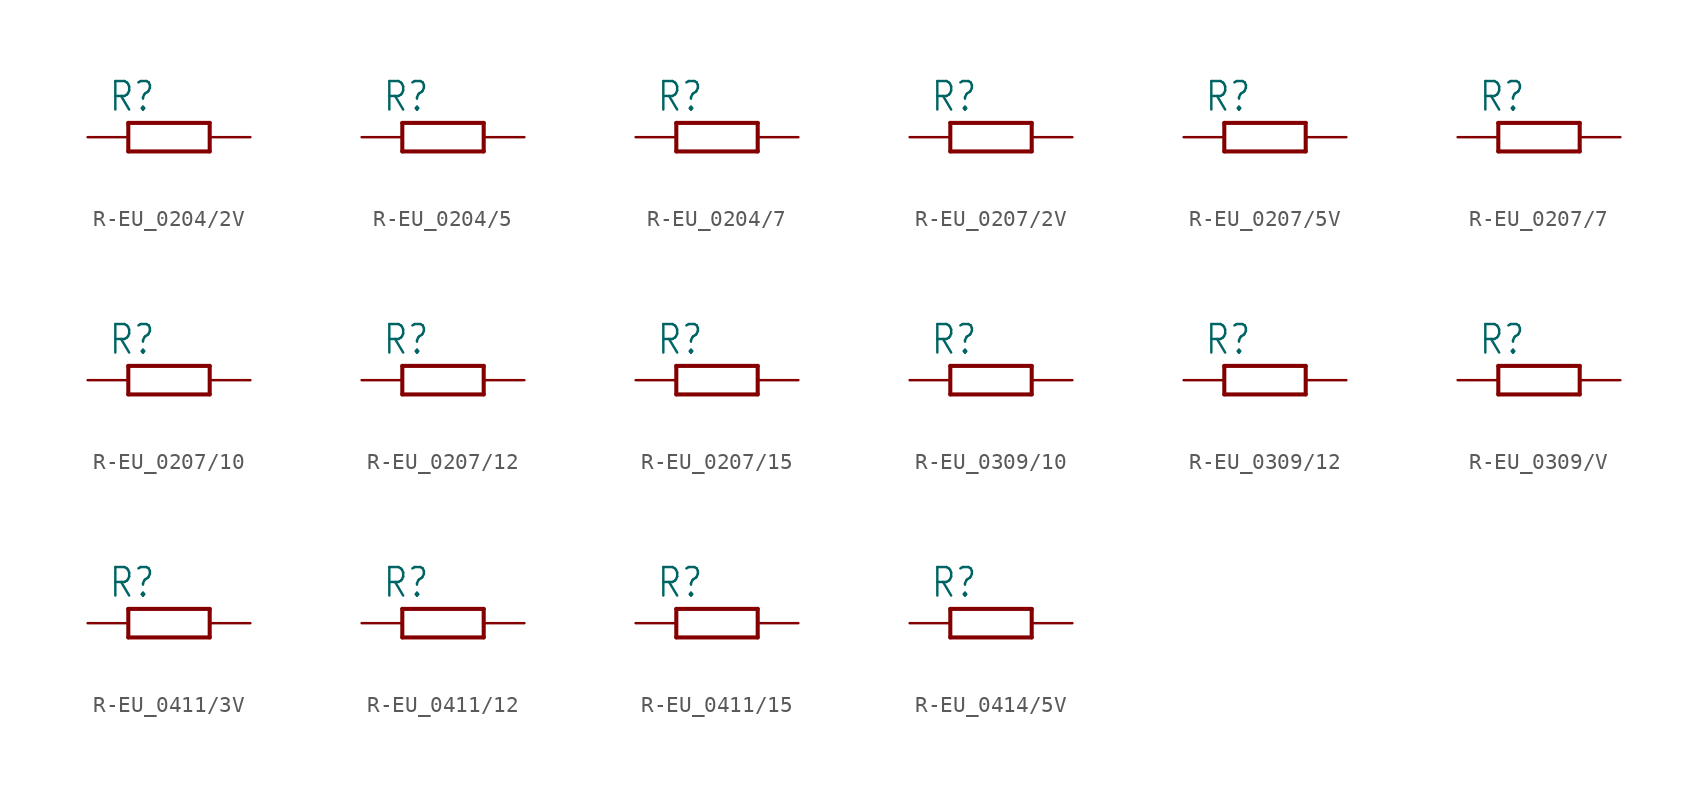
<source format=kicad_sym>
(kicad_symbol_lib
  (version 20231120)
  (generator "kicad_symbol_editor")
  (generator_version "8.0")
  (symbol "R-EU_0204/2V"
    (property "Reference" "R"
      (at -3.81 1.499 0)
      (effects (font (size 1.778 1.511)) (justify left bottom)))
    (property "Value" ""
      (at -3.81 -3.302 0)
      (effects (font (size 1.778 1.511)) (justify left bottom)))
    (property "ki_locked" ""
      (at 0 0 0)
      (effects (font (size 1.27 1.27))))
    (symbol "R-EU_0204/2V_1_0"
      (polyline (pts (xy -2.54 -0.889) (xy -2.54 0.889)) (stroke (width 0.254) (type solid)) (fill (type none)))
      (polyline (pts (xy -2.54 -0.889) (xy 2.54 -0.889)) (stroke (width 0.254) (type solid)) (fill (type none)))
      (polyline (pts (xy 2.54 -0.889) (xy 2.54 0.889)) (stroke (width 0.254) (type solid)) (fill (type none)))
      (polyline (pts (xy 2.54 0.889) (xy -2.54 0.889)) (stroke (width 0.254) (type solid)) (fill (type none)))
      (pin passive line (at -5.08 0 0) (length 2.54) (name "1" (effects (font (size 0 0)))) (number "1" (effects (font (size 0 0)))))
      (pin passive line (at 5.08 0 180) (length 2.54) (name "2" (effects (font (size 0 0)))) (number "2" (effects (font (size 0 0)))))))
  (symbol "R-EU_0204/5"
    (property "Reference" "R"
      (at -3.81 1.499 0)
      (effects (font (size 1.778 1.511)) (justify left bottom)))
    (property "Value" ""
      (at -3.81 -3.302 0)
      (effects (font (size 1.778 1.511)) (justify left bottom)))
    (property "ki_locked" ""
      (at 0 0 0)
      (effects (font (size 1.27 1.27))))
    (symbol "R-EU_0204/5_1_0"
      (polyline (pts (xy -2.54 -0.889) (xy -2.54 0.889)) (stroke (width 0.254) (type solid)) (fill (type none)))
      (polyline (pts (xy -2.54 -0.889) (xy 2.54 -0.889)) (stroke (width 0.254) (type solid)) (fill (type none)))
      (polyline (pts (xy 2.54 -0.889) (xy 2.54 0.889)) (stroke (width 0.254) (type solid)) (fill (type none)))
      (polyline (pts (xy 2.54 0.889) (xy -2.54 0.889)) (stroke (width 0.254) (type solid)) (fill (type none)))
      (pin passive line (at -5.08 0 0) (length 2.54) (name "1" (effects (font (size 0 0)))) (number "1" (effects (font (size 0 0)))))
      (pin passive line (at 5.08 0 180) (length 2.54) (name "2" (effects (font (size 0 0)))) (number "2" (effects (font (size 0 0)))))))
  (symbol "R-EU_0204/7"
    (property "Reference" "R"
      (at -3.81 1.499 0)
      (effects (font (size 1.778 1.511)) (justify left bottom)))
    (property "Value" ""
      (at -3.81 -3.302 0)
      (effects (font (size 1.778 1.511)) (justify left bottom)))
    (property "ki_locked" ""
      (at 0 0 0)
      (effects (font (size 1.27 1.27))))
    (symbol "R-EU_0204/7_1_0"
      (polyline (pts (xy -2.54 -0.889) (xy -2.54 0.889)) (stroke (width 0.254) (type solid)) (fill (type none)))
      (polyline (pts (xy -2.54 -0.889) (xy 2.54 -0.889)) (stroke (width 0.254) (type solid)) (fill (type none)))
      (polyline (pts (xy 2.54 -0.889) (xy 2.54 0.889)) (stroke (width 0.254) (type solid)) (fill (type none)))
      (polyline (pts (xy 2.54 0.889) (xy -2.54 0.889)) (stroke (width 0.254) (type solid)) (fill (type none)))
      (pin passive line (at -5.08 0 0) (length 2.54) (name "1" (effects (font (size 0 0)))) (number "1" (effects (font (size 0 0)))))
      (pin passive line (at 5.08 0 180) (length 2.54) (name "2" (effects (font (size 0 0)))) (number "2" (effects (font (size 0 0)))))))
  (symbol "R-EU_0207/2V"
    (property "Reference" "R"
      (at -3.81 1.499 0)
      (effects (font (size 1.778 1.511)) (justify left bottom)))
    (property "Value" ""
      (at -3.81 -3.302 0)
      (effects (font (size 1.778 1.511)) (justify left bottom)))
    (property "ki_locked" ""
      (at 0 0 0)
      (effects (font (size 1.27 1.27))))
    (symbol "R-EU_0207/2V_1_0"
      (polyline (pts (xy -2.54 -0.889) (xy -2.54 0.889)) (stroke (width 0.254) (type solid)) (fill (type none)))
      (polyline (pts (xy -2.54 -0.889) (xy 2.54 -0.889)) (stroke (width 0.254) (type solid)) (fill (type none)))
      (polyline (pts (xy 2.54 -0.889) (xy 2.54 0.889)) (stroke (width 0.254) (type solid)) (fill (type none)))
      (polyline (pts (xy 2.54 0.889) (xy -2.54 0.889)) (stroke (width 0.254) (type solid)) (fill (type none)))
      (pin passive line (at -5.08 0 0) (length 2.54) (name "1" (effects (font (size 0 0)))) (number "1" (effects (font (size 0 0)))))
      (pin passive line (at 5.08 0 180) (length 2.54) (name "2" (effects (font (size 0 0)))) (number "2" (effects (font (size 0 0)))))))
  (symbol "R-EU_0207/5V"
    (property "Reference" "R"
      (at -3.81 1.499 0)
      (effects (font (size 1.778 1.511)) (justify left bottom)))
    (property "Value" ""
      (at -3.81 -3.302 0)
      (effects (font (size 1.778 1.511)) (justify left bottom)))
    (property "ki_locked" ""
      (at 0 0 0)
      (effects (font (size 1.27 1.27))))
    (symbol "R-EU_0207/5V_1_0"
      (polyline (pts (xy -2.54 -0.889) (xy -2.54 0.889)) (stroke (width 0.254) (type solid)) (fill (type none)))
      (polyline (pts (xy -2.54 -0.889) (xy 2.54 -0.889)) (stroke (width 0.254) (type solid)) (fill (type none)))
      (polyline (pts (xy 2.54 -0.889) (xy 2.54 0.889)) (stroke (width 0.254) (type solid)) (fill (type none)))
      (polyline (pts (xy 2.54 0.889) (xy -2.54 0.889)) (stroke (width 0.254) (type solid)) (fill (type none)))
      (pin passive line (at -5.08 0 0) (length 2.54) (name "1" (effects (font (size 0 0)))) (number "1" (effects (font (size 0 0)))))
      (pin passive line (at 5.08 0 180) (length 2.54) (name "2" (effects (font (size 0 0)))) (number "2" (effects (font (size 0 0)))))))
  (symbol "R-EU_0207/7"
    (property "Reference" "R"
      (at -3.81 1.499 0)
      (effects (font (size 1.778 1.511)) (justify left bottom)))
    (property "Value" ""
      (at -3.81 -3.302 0)
      (effects (font (size 1.778 1.511)) (justify left bottom)))
    (property "ki_locked" ""
      (at 0 0 0)
      (effects (font (size 1.27 1.27))))
    (symbol "R-EU_0207/7_1_0"
      (polyline (pts (xy -2.54 -0.889) (xy -2.54 0.889)) (stroke (width 0.254) (type solid)) (fill (type none)))
      (polyline (pts (xy -2.54 -0.889) (xy 2.54 -0.889)) (stroke (width 0.254) (type solid)) (fill (type none)))
      (polyline (pts (xy 2.54 -0.889) (xy 2.54 0.889)) (stroke (width 0.254) (type solid)) (fill (type none)))
      (polyline (pts (xy 2.54 0.889) (xy -2.54 0.889)) (stroke (width 0.254) (type solid)) (fill (type none)))
      (pin passive line (at -5.08 0 0) (length 2.54) (name "1" (effects (font (size 0 0)))) (number "1" (effects (font (size 0 0)))))
      (pin passive line (at 5.08 0 180) (length 2.54) (name "2" (effects (font (size 0 0)))) (number "2" (effects (font (size 0 0)))))))
  (symbol "R-EU_0207/10"
    (property "Reference" "R"
      (at -3.81 1.499 0)
      (effects (font (size 1.778 1.511)) (justify left bottom)))
    (property "Value" ""
      (at -3.81 -3.302 0)
      (effects (font (size 1.778 1.511)) (justify left bottom)))
    (property "ki_locked" ""
      (at 0 0 0)
      (effects (font (size 1.27 1.27))))
    (symbol "R-EU_0207/10_1_0"
      (polyline (pts (xy -2.54 -0.889) (xy -2.54 0.889)) (stroke (width 0.254) (type solid)) (fill (type none)))
      (polyline (pts (xy -2.54 -0.889) (xy 2.54 -0.889)) (stroke (width 0.254) (type solid)) (fill (type none)))
      (polyline (pts (xy 2.54 -0.889) (xy 2.54 0.889)) (stroke (width 0.254) (type solid)) (fill (type none)))
      (polyline (pts (xy 2.54 0.889) (xy -2.54 0.889)) (stroke (width 0.254) (type solid)) (fill (type none)))
      (pin passive line (at -5.08 0 0) (length 2.54) (name "1" (effects (font (size 0 0)))) (number "1" (effects (font (size 0 0)))))
      (pin passive line (at 5.08 0 180) (length 2.54) (name "2" (effects (font (size 0 0)))) (number "2" (effects (font (size 0 0)))))))
  (symbol "R-EU_0207/12"
    (property "Reference" "R"
      (at -3.81 1.499 0)
      (effects (font (size 1.778 1.511)) (justify left bottom)))
    (property "Value" ""
      (at -3.81 -3.302 0)
      (effects (font (size 1.778 1.511)) (justify left bottom)))
    (property "ki_locked" ""
      (at 0 0 0)
      (effects (font (size 1.27 1.27))))
    (symbol "R-EU_0207/12_1_0"
      (polyline (pts (xy -2.54 -0.889) (xy -2.54 0.889)) (stroke (width 0.254) (type solid)) (fill (type none)))
      (polyline (pts (xy -2.54 -0.889) (xy 2.54 -0.889)) (stroke (width 0.254) (type solid)) (fill (type none)))
      (polyline (pts (xy 2.54 -0.889) (xy 2.54 0.889)) (stroke (width 0.254) (type solid)) (fill (type none)))
      (polyline (pts (xy 2.54 0.889) (xy -2.54 0.889)) (stroke (width 0.254) (type solid)) (fill (type none)))
      (pin passive line (at -5.08 0 0) (length 2.54) (name "1" (effects (font (size 0 0)))) (number "1" (effects (font (size 0 0)))))
      (pin passive line (at 5.08 0 180) (length 2.54) (name "2" (effects (font (size 0 0)))) (number "2" (effects (font (size 0 0)))))))
  (symbol "R-EU_0207/15"
    (property "Reference" "R"
      (at -3.81 1.499 0)
      (effects (font (size 1.778 1.511)) (justify left bottom)))
    (property "Value" ""
      (at -3.81 -3.302 0)
      (effects (font (size 1.778 1.511)) (justify left bottom)))
    (property "ki_locked" ""
      (at 0 0 0)
      (effects (font (size 1.27 1.27))))
    (symbol "R-EU_0207/15_1_0"
      (polyline (pts (xy -2.54 -0.889) (xy -2.54 0.889)) (stroke (width 0.254) (type solid)) (fill (type none)))
      (polyline (pts (xy -2.54 -0.889) (xy 2.54 -0.889)) (stroke (width 0.254) (type solid)) (fill (type none)))
      (polyline (pts (xy 2.54 -0.889) (xy 2.54 0.889)) (stroke (width 0.254) (type solid)) (fill (type none)))
      (polyline (pts (xy 2.54 0.889) (xy -2.54 0.889)) (stroke (width 0.254) (type solid)) (fill (type none)))
      (pin passive line (at -5.08 0 0) (length 2.54) (name "1" (effects (font (size 0 0)))) (number "1" (effects (font (size 0 0)))))
      (pin passive line (at 5.08 0 180) (length 2.54) (name "2" (effects (font (size 0 0)))) (number "2" (effects (font (size 0 0)))))))
  (symbol "R-EU_0309/10"
    (property "Reference" "R"
      (at -3.81 1.499 0)
      (effects (font (size 1.778 1.511)) (justify left bottom)))
    (property "Value" ""
      (at -3.81 -3.302 0)
      (effects (font (size 1.778 1.511)) (justify left bottom)))
    (property "ki_locked" ""
      (at 0 0 0)
      (effects (font (size 1.27 1.27))))
    (symbol "R-EU_0309/10_1_0"
      (polyline (pts (xy -2.54 -0.889) (xy -2.54 0.889)) (stroke (width 0.254) (type solid)) (fill (type none)))
      (polyline (pts (xy -2.54 -0.889) (xy 2.54 -0.889)) (stroke (width 0.254) (type solid)) (fill (type none)))
      (polyline (pts (xy 2.54 -0.889) (xy 2.54 0.889)) (stroke (width 0.254) (type solid)) (fill (type none)))
      (polyline (pts (xy 2.54 0.889) (xy -2.54 0.889)) (stroke (width 0.254) (type solid)) (fill (type none)))
      (pin passive line (at -5.08 0 0) (length 2.54) (name "1" (effects (font (size 0 0)))) (number "1" (effects (font (size 0 0)))))
      (pin passive line (at 5.08 0 180) (length 2.54) (name "2" (effects (font (size 0 0)))) (number "2" (effects (font (size 0 0)))))))
  (symbol "R-EU_0309/12"
    (property "Reference" "R"
      (at -3.81 1.499 0)
      (effects (font (size 1.778 1.511)) (justify left bottom)))
    (property "Value" ""
      (at -3.81 -3.302 0)
      (effects (font (size 1.778 1.511)) (justify left bottom)))
    (property "ki_locked" ""
      (at 0 0 0)
      (effects (font (size 1.27 1.27))))
    (symbol "R-EU_0309/12_1_0"
      (polyline (pts (xy -2.54 -0.889) (xy -2.54 0.889)) (stroke (width 0.254) (type solid)) (fill (type none)))
      (polyline (pts (xy -2.54 -0.889) (xy 2.54 -0.889)) (stroke (width 0.254) (type solid)) (fill (type none)))
      (polyline (pts (xy 2.54 -0.889) (xy 2.54 0.889)) (stroke (width 0.254) (type solid)) (fill (type none)))
      (polyline (pts (xy 2.54 0.889) (xy -2.54 0.889)) (stroke (width 0.254) (type solid)) (fill (type none)))
      (pin passive line (at -5.08 0 0) (length 2.54) (name "1" (effects (font (size 0 0)))) (number "1" (effects (font (size 0 0)))))
      (pin passive line (at 5.08 0 180) (length 2.54) (name "2" (effects (font (size 0 0)))) (number "2" (effects (font (size 0 0)))))))
  (symbol "R-EU_0309/V"
    (property "Reference" "R"
      (at -3.81 1.499 0)
      (effects (font (size 1.778 1.511)) (justify left bottom)))
    (property "Value" ""
      (at -3.81 -3.302 0)
      (effects (font (size 1.778 1.511)) (justify left bottom)))
    (property "ki_locked" ""
      (at 0 0 0)
      (effects (font (size 1.27 1.27))))
    (symbol "R-EU_0309/V_1_0"
      (polyline (pts (xy -2.54 -0.889) (xy -2.54 0.889)) (stroke (width 0.254) (type solid)) (fill (type none)))
      (polyline (pts (xy -2.54 -0.889) (xy 2.54 -0.889)) (stroke (width 0.254) (type solid)) (fill (type none)))
      (polyline (pts (xy 2.54 -0.889) (xy 2.54 0.889)) (stroke (width 0.254) (type solid)) (fill (type none)))
      (polyline (pts (xy 2.54 0.889) (xy -2.54 0.889)) (stroke (width 0.254) (type solid)) (fill (type none)))
      (pin passive line (at -5.08 0 0) (length 2.54) (name "1" (effects (font (size 0 0)))) (number "1" (effects (font (size 0 0)))))
      (pin passive line (at 5.08 0 180) (length 2.54) (name "2" (effects (font (size 0 0)))) (number "2" (effects (font (size 0 0)))))))
  (symbol "R-EU_0411/3V"
    (property "Reference" "R"
      (at -3.81 1.499 0)
      (effects (font (size 1.778 1.511)) (justify left bottom)))
    (property "Value" ""
      (at -3.81 -3.302 0)
      (effects (font (size 1.778 1.511)) (justify left bottom)))
    (property "ki_locked" ""
      (at 0 0 0)
      (effects (font (size 1.27 1.27))))
    (symbol "R-EU_0411/3V_1_0"
      (polyline (pts (xy -2.54 -0.889) (xy -2.54 0.889)) (stroke (width 0.254) (type solid)) (fill (type none)))
      (polyline (pts (xy -2.54 -0.889) (xy 2.54 -0.889)) (stroke (width 0.254) (type solid)) (fill (type none)))
      (polyline (pts (xy 2.54 -0.889) (xy 2.54 0.889)) (stroke (width 0.254) (type solid)) (fill (type none)))
      (polyline (pts (xy 2.54 0.889) (xy -2.54 0.889)) (stroke (width 0.254) (type solid)) (fill (type none)))
      (pin passive line (at -5.08 0 0) (length 2.54) (name "1" (effects (font (size 0 0)))) (number "1" (effects (font (size 0 0)))))
      (pin passive line (at 5.08 0 180) (length 2.54) (name "2" (effects (font (size 0 0)))) (number "2" (effects (font (size 0 0)))))))
  (symbol "R-EU_0411/12"
    (property "Reference" "R"
      (at -3.81 1.499 0)
      (effects (font (size 1.778 1.511)) (justify left bottom)))
    (property "Value" ""
      (at -3.81 -3.302 0)
      (effects (font (size 1.778 1.511)) (justify left bottom)))
    (property "ki_locked" ""
      (at 0 0 0)
      (effects (font (size 1.27 1.27))))
    (symbol "R-EU_0411/12_1_0"
      (polyline (pts (xy -2.54 -0.889) (xy -2.54 0.889)) (stroke (width 0.254) (type solid)) (fill (type none)))
      (polyline (pts (xy -2.54 -0.889) (xy 2.54 -0.889)) (stroke (width 0.254) (type solid)) (fill (type none)))
      (polyline (pts (xy 2.54 -0.889) (xy 2.54 0.889)) (stroke (width 0.254) (type solid)) (fill (type none)))
      (polyline (pts (xy 2.54 0.889) (xy -2.54 0.889)) (stroke (width 0.254) (type solid)) (fill (type none)))
      (pin passive line (at -5.08 0 0) (length 2.54) (name "1" (effects (font (size 0 0)))) (number "1" (effects (font (size 0 0)))))
      (pin passive line (at 5.08 0 180) (length 2.54) (name "2" (effects (font (size 0 0)))) (number "2" (effects (font (size 0 0)))))))
  (symbol "R-EU_0411/15"
    (property "Reference" "R"
      (at -3.81 1.499 0)
      (effects (font (size 1.778 1.511)) (justify left bottom)))
    (property "Value" ""
      (at -3.81 -3.302 0)
      (effects (font (size 1.778 1.511)) (justify left bottom)))
    (property "ki_locked" ""
      (at 0 0 0)
      (effects (font (size 1.27 1.27))))
    (symbol "R-EU_0411/15_1_0"
      (polyline (pts (xy -2.54 -0.889) (xy -2.54 0.889)) (stroke (width 0.254) (type solid)) (fill (type none)))
      (polyline (pts (xy -2.54 -0.889) (xy 2.54 -0.889)) (stroke (width 0.254) (type solid)) (fill (type none)))
      (polyline (pts (xy 2.54 -0.889) (xy 2.54 0.889)) (stroke (width 0.254) (type solid)) (fill (type none)))
      (polyline (pts (xy 2.54 0.889) (xy -2.54 0.889)) (stroke (width 0.254) (type solid)) (fill (type none)))
      (pin passive line (at -5.08 0 0) (length 2.54) (name "1" (effects (font (size 0 0)))) (number "1" (effects (font (size 0 0)))))
      (pin passive line (at 5.08 0 180) (length 2.54) (name "2" (effects (font (size 0 0)))) (number "2" (effects (font (size 0 0)))))))
  (symbol "R-EU_0414/5V"
    (property "Reference" "R"
      (at -3.81 1.499 0)
      (effects (font (size 1.778 1.511)) (justify left bottom)))
    (property "Value" ""
      (at -3.81 -3.302 0)
      (effects (font (size 1.778 1.511)) (justify left bottom)))
    (property "ki_locked" ""
      (at 0 0 0)
      (effects (font (size 1.27 1.27))))
    (symbol "R-EU_0414/5V_1_0"
      (polyline (pts (xy -2.54 -0.889) (xy -2.54 0.889)) (stroke (width 0.254) (type solid)) (fill (type none)))
      (polyline (pts (xy -2.54 -0.889) (xy 2.54 -0.889)) (stroke (width 0.254) (type solid)) (fill (type none)))
      (polyline (pts (xy 2.54 -0.889) (xy 2.54 0.889)) (stroke (width 0.254) (type solid)) (fill (type none)))
      (polyline (pts (xy 2.54 0.889) (xy -2.54 0.889)) (stroke (width 0.254) (type solid)) (fill (type none)))
      (pin passive line (at -5.08 0 0) (length 2.54) (name "1" (effects (font (size 0 0)))) (number "1" (effects (font (size 0 0)))))
      (pin passive line (at 5.08 0 180) (length 2.54) (name "2" (effects (font (size 0 0)))) (number "2" (effects (font (size 0 0))))))))
</source>
